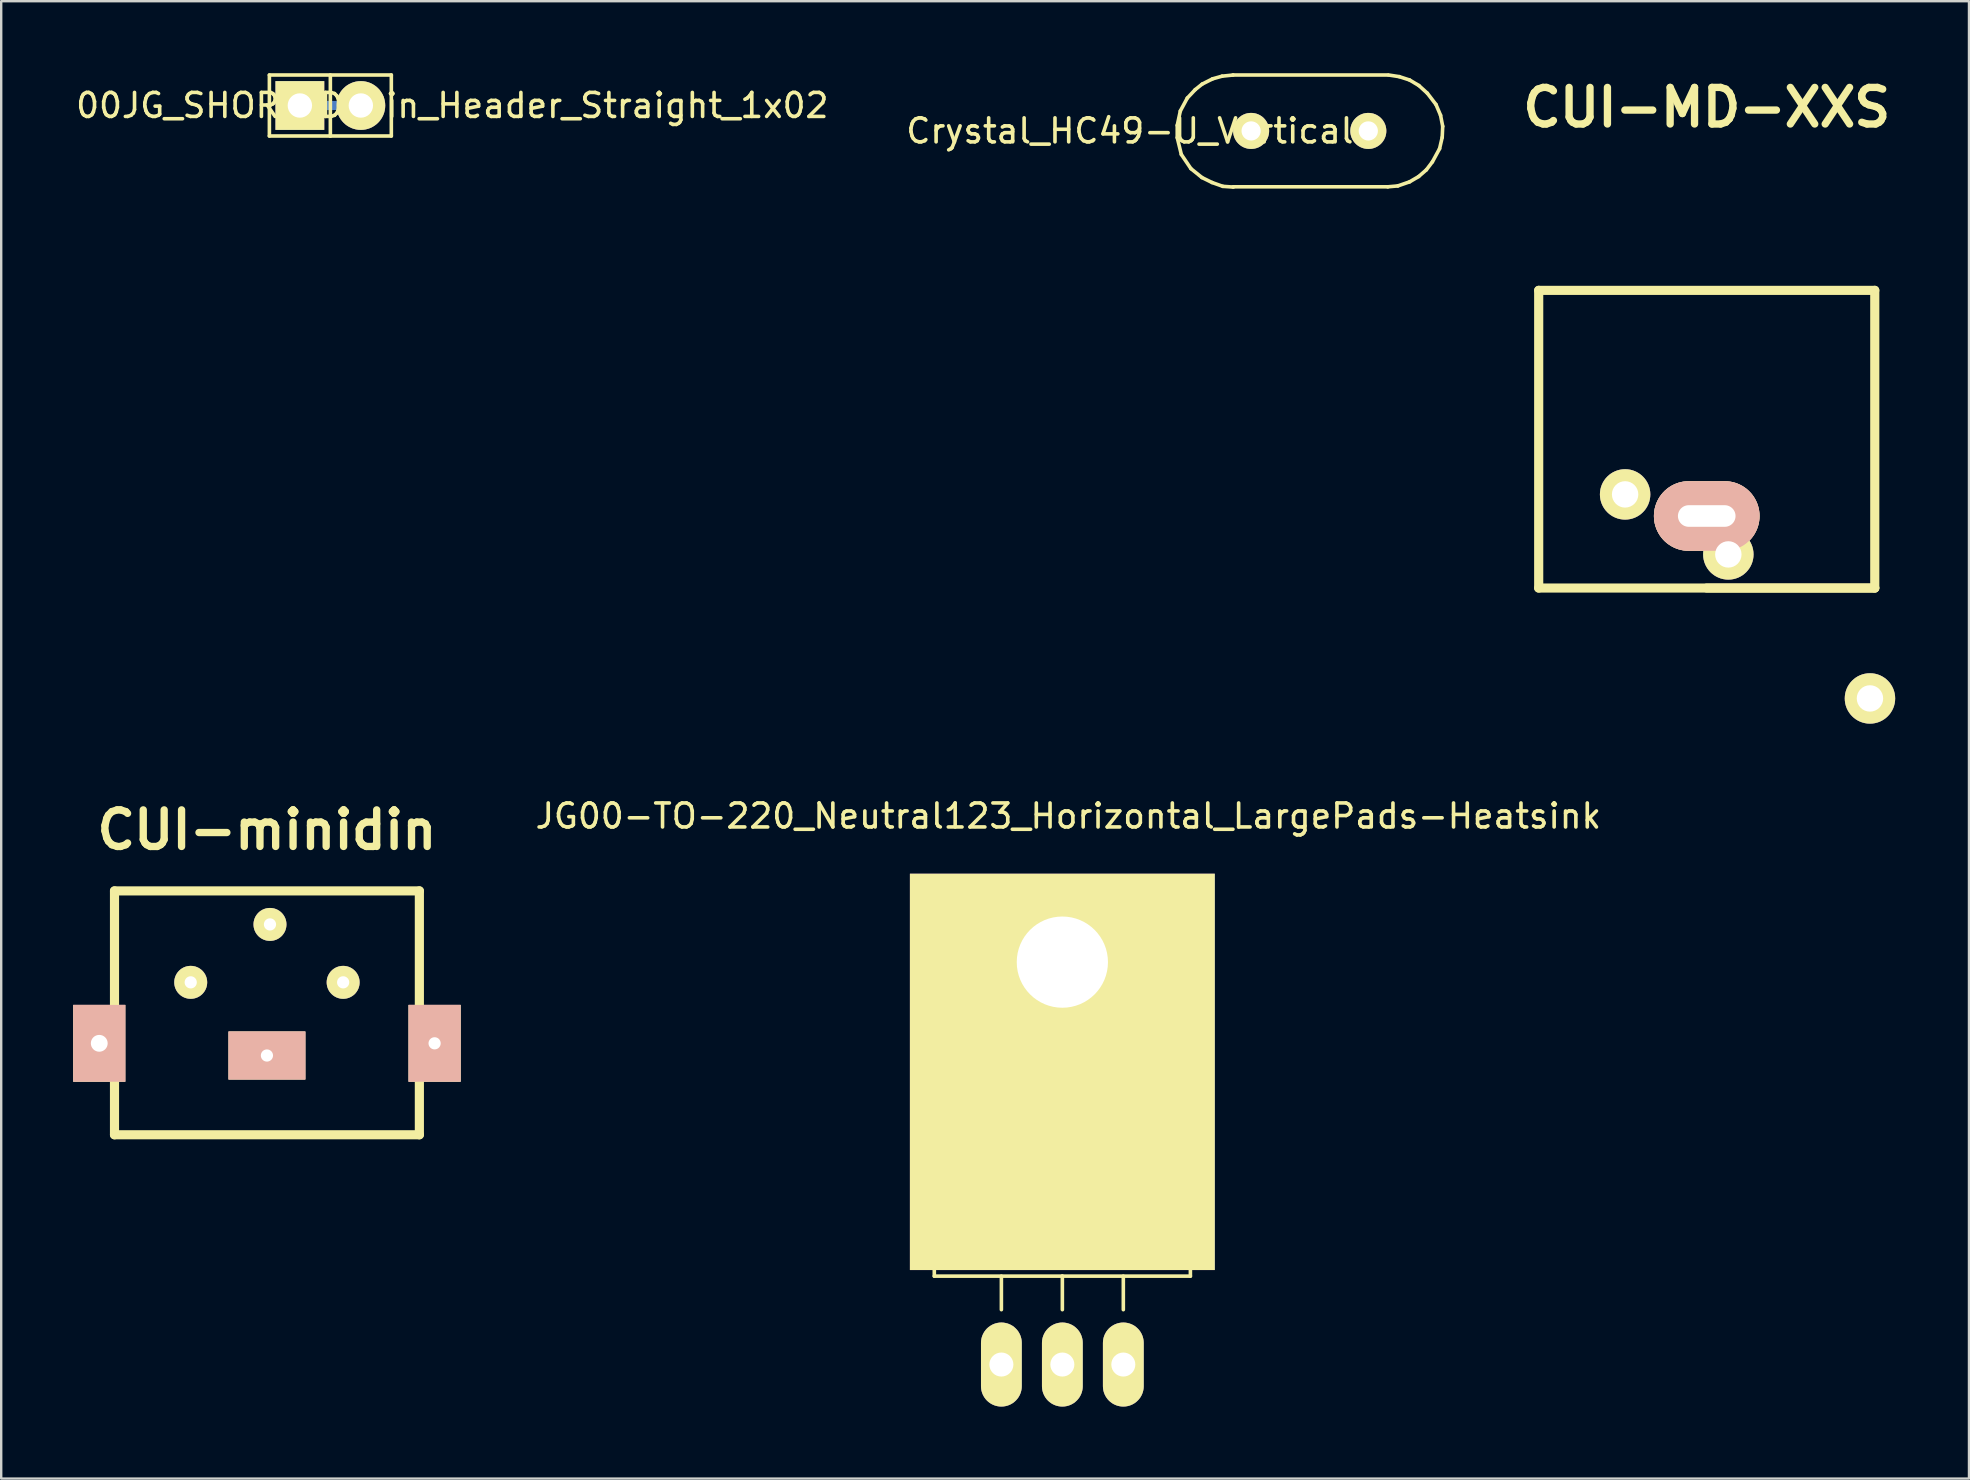
<source format=kicad_pcb>
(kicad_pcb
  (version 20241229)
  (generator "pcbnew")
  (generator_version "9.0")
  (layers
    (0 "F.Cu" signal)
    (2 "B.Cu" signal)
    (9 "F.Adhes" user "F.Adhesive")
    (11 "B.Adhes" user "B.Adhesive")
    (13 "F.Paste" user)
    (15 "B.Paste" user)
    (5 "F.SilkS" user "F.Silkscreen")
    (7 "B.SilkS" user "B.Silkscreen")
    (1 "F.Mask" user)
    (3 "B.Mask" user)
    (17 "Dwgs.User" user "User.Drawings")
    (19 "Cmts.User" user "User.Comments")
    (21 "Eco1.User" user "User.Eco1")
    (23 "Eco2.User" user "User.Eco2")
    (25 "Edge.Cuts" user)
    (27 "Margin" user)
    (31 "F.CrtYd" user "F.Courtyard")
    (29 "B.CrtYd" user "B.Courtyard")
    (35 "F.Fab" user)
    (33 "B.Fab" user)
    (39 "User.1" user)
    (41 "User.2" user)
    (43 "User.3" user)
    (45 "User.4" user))
  (footprint "JG00-TO-220_Neutral123_Horizontal_LargePads-Heatsink"
    (layer "F.Cu")
    (at 41.206 53.795)
    (property "Reference" "JG00-TO-220_Neutral123_Horizontal_LargePads-Heatsink" (at 0.249 -22.85 0) (layer "F.SilkS") (effects (font (size 1 1) (thickness 0.15))))
    (attr through_hole)
    (fp_line (start -5.334 -20.193) (end -5.334 -12.192) (stroke (width 0.15) (type solid)) (layer "F.SilkS"))
    (fp_line (start -5.334 -12.192) (end -5.334 -3.683) (stroke (width 0.15) (type solid)) (layer "F.SilkS"))
    (fp_line (start -2.54 -3.683) (end -2.54 -2.286) (stroke (width 0.15) (type solid)) (layer "F.SilkS"))
    (fp_line (start 0 -3.683) (end -5.334 -3.683) (stroke (width 0.15) (type solid)) (layer "F.SilkS"))
    (fp_line (start 0 -3.683) (end 0 -2.286) (stroke (width 0.15) (type solid)) (layer "F.SilkS"))
    (fp_line (start 0 -3.683) (end 5.334 -3.683) (stroke (width 0.15) (type solid)) (layer "F.SilkS"))
    (fp_line (start 2.54 -3.683) (end 2.54 -2.286) (stroke (width 0.15) (type solid)) (layer "F.SilkS"))
    (fp_line (start 5.334 -20.193) (end -5.334 -20.193) (stroke (width 0.15) (type solid)) (layer "F.SilkS"))
    (fp_line (start 5.334 -12.192) (end -5.334 -12.192) (stroke (width 0.15) (type solid)) (layer "F.SilkS"))
    (fp_line (start 5.334 -12.192) (end 5.334 -20.193) (stroke (width 0.15) (type solid)) (layer "F.SilkS"))
    (fp_line (start 5.334 -3.683) (end 5.334 -12.192) (stroke (width 0.15) (type solid)) (layer "F.SilkS"))
    (fp_circle (center 0 -16.764) (end 1.778 -14.986) (stroke (width 0.15) (type solid)) (fill no) (layer "F.SilkS"))
    (pad "1" thru_hole oval (at -2.54 0 90) (size 3.5 1.699) (drill 1.001) (layers "*.Cu" "*.Mask" "F.SilkS"))
    (pad "2" thru_hole rect (at 0 -16.764 90) (size 16.51 12.7) (drill 3.8 (offset -4.572 0)) (layers "*.Cu" "*.Mask" "F.SilkS"))
    (pad "2" thru_hole oval (at 0 0 90) (size 3.5 1.699) (drill 1.001) (layers "*.Cu" "*.Mask" "F.SilkS"))
    (pad "3" thru_hole oval (at 2.54 0 90) (size 3.5 1.699) (drill 1.001) (layers "*.Cu" "*.Mask" "F.SilkS")))
  (footprint "CUI-MD-XXS"
    (layer "F.Cu")
    (at 68.05 9.046)
    (property "Reference" "CUI-MD-XXS" (at 0 -7.62 0) (layer "F.SilkS") (effects (font (size 1.524 1.524) (thickness 0.305))))
    (attr through_hole)
    (fp_line (start -7 0) (end -7 12.4) (stroke (width 0.381) (type solid)) (layer "F.SilkS"))
    (fp_line (start -7 0) (end 7 0) (stroke (width 0.381) (type solid)) (layer "F.SilkS"))
    (fp_line (start 7 0) (end 7 12.4) (stroke (width 0.381) (type solid)) (layer "F.SilkS"))
    (fp_line (start 7 12.4) (end -7 12.4) (stroke (width 0.381) (type solid)) (layer "F.SilkS"))
    (fp_line (start 7 12.4) (end 0 12.4) (stroke (width 0.381) (type solid)) (layer "F.SilkS"))
    (pad "1" thru_hole circle (at -3.4 8.5) (size 2.1 2.1) (drill 1.1) (layers "*.Cu" "*.Mask" "F.SilkS"))
    (pad "2" thru_hole circle (at 6.8 17) (size 2.1 2.1) (drill 1.1) (layers "*.Cu" "*.Mask" "F.SilkS"))
    (pad "3" thru_hole circle (at 0.9 11) (size 2.1 2.1) (drill 1.1) (layers "*.Cu" "*.Mask" "F.SilkS"))
    (pad "GND" thru_hole oval (at 0 9.4) (size 4.4 2.9) (drill oval 2.4 0.9) (layers "*.Cu" "*.SilkS" "*.Mask")))
  (footprint "CUI-minidin"
    (layer "F.Cu")
    (at 8.07 39.143)
    (property "Reference" "CUI-minidin" (at 0 -7.62 0) (layer "F.SilkS") (effects (font (size 1.524 1.524) (thickness 0.305))))
    (attr through_hole)
    (fp_line (start -6.35 -5.08) (end 6.35 -5.08) (stroke (width 0.381) (type solid)) (layer "F.SilkS"))
    (fp_line (start -6.35 1.27) (end -6.35 -5.08) (stroke (width 0.381) (type solid)) (layer "F.SilkS"))
    (fp_line (start -6.35 5.08) (end -6.35 1.27) (stroke (width 0.381) (type solid)) (layer "F.SilkS"))
    (fp_line (start 6.35 -5.08) (end 6.35 5.08) (stroke (width 0.381) (type solid)) (layer "F.SilkS"))
    (fp_line (start 6.35 5.08) (end -6.35 5.08) (stroke (width 0.381) (type solid)) (layer "F.SilkS"))
    (pad "1" thru_hole circle (at 0.127 -3.683) (size 1.372 1.372) (drill 0.508) (layers "*.Cu" "*.Mask" "F.SilkS"))
    (pad "2" thru_hole circle (at 3.175 -1.27) (size 1.372 1.372) (drill 0.508) (layers "*.Cu" "*.Mask" "F.SilkS"))
    (pad "3" thru_hole circle (at -3.175 -1.27) (size 1.372 1.372) (drill 0.508) (layers "*.Cu" "*.Mask" "F.SilkS"))
    (pad "GND" thru_hole rect (at -6.985 1.27) (size 2.169 3.2) (drill 0.701) (layers "*.Cu" "*.SilkS" "*.Mask"))
    (pad "GND" thru_hole rect (at 0 1.778) (size 3.2 1.999) (drill 0.508) (layers "*.Cu" "*.SilkS" "*.Mask"))
    (pad "GND" thru_hole rect (at 6.985 1.27) (size 2.169 3.2) (drill 0.508) (layers "*.Cu" "*.SilkS" "*.Mask")))
  (footprint "00JG_SHORTED_Pin_Header_Straight_1x02"
    (layer "F.Cu")
    (at 10.712 1.345)
    (property "Reference" "00JG_SHORTED_Pin_Header_Straight_1x02" (at 5.08 0 0) (layer "F.SilkS") (effects (font (size 1 1) (thickness 0.15))))
    (attr through_hole)
    (fp_line (start -1.27 0) (end 1.27 0) (stroke (width 0.381) (type solid)) (layer "B.Cu"))
    (fp_line (start -2.54 -1.27) (end -2.54 1.27) (stroke (width 0.15) (type solid)) (layer "F.SilkS"))
    (fp_line (start -2.54 1.27) (end 0 1.27) (stroke (width 0.15) (type solid)) (layer "F.SilkS"))
    (fp_line (start 0 -1.27) (end 0 1.27) (stroke (width 0.15) (type solid)) (layer "F.SilkS"))
    (fp_line (start 0 1.27) (end 2.54 1.27) (stroke (width 0.15) (type solid)) (layer "F.SilkS"))
    (fp_line (start 2.54 -1.27) (end -2.54 -1.27) (stroke (width 0.15) (type solid)) (layer "F.SilkS"))
    (fp_line (start 2.54 1.27) (end 2.54 -1.27) (stroke (width 0.15) (type solid)) (layer "F.SilkS"))
    (pad "1" thru_hole rect (at -1.27 0) (size 2.032 2.032) (drill 1.016) (layers "*.Cu" "*.Mask" "F.SilkS"))
    (pad "2" thru_hole oval (at 1.27 0) (size 2.032 2.032) (drill 1.016) (layers "*.Cu" "*.Mask" "F.SilkS")))
  (footprint "Crystal_HC49-U_Vertical"
    (layer "F.Cu")
    (at 51.511 2.404)
    (property "Reference" "Crystal_HC49-U_Vertical" (at -7.493 0 0) (layer "F.SilkS") (effects (font (size 1 1) (thickness 0.15))))
    (attr through_hole)
    (fp_line (start -5.519 -0.231) (end -5.519 0.279) (stroke (width 0.15) (type solid)) (layer "F.SilkS"))
    (fp_line (start -5.519 0.279) (end -5.349 0.98) (stroke (width 0.15) (type solid)) (layer "F.SilkS"))
    (fp_line (start -5.39 -0.831) (end -5.519 -0.231) (stroke (width 0.15) (type solid)) (layer "F.SilkS"))
    (fp_line (start -5.349 0.98) (end -4.95 1.57) (stroke (width 0.15) (type solid)) (layer "F.SilkS"))
    (fp_line (start -5.1 -1.369) (end -5.39 -0.831) (stroke (width 0.15) (type solid)) (layer "F.SilkS"))
    (fp_line (start -4.95 1.57) (end -4.491 1.941) (stroke (width 0.15) (type solid)) (layer "F.SilkS"))
    (fp_line (start -4.77 -1.72) (end -5.1 -1.369) (stroke (width 0.15) (type solid)) (layer "F.SilkS"))
    (fp_line (start -4.491 1.941) (end -4.069 2.149) (stroke (width 0.15) (type solid)) (layer "F.SilkS"))
    (fp_line (start -4.481 -1.951) (end -4.77 -1.72) (stroke (width 0.15) (type solid)) (layer "F.SilkS"))
    (fp_line (start -4.069 2.149) (end -3.619 2.309) (stroke (width 0.15) (type solid)) (layer "F.SilkS"))
    (fp_line (start -4.049 -2.169) (end -4.481 -1.951) (stroke (width 0.15) (type solid)) (layer "F.SilkS"))
    (fp_line (start -3.65 -2.281) (end -4.049 -2.169) (stroke (width 0.15) (type solid)) (layer "F.SilkS"))
    (fp_line (start -3.619 2.309) (end -3.18 2.339) (stroke (width 0.15) (type solid)) (layer "F.SilkS"))
    (fp_line (start -3.2 -2.329) (end 3.251 -2.329) (stroke (width 0.15) (type solid)) (layer "F.SilkS"))
    (fp_line (start -3.2 2.329) (end 3.251 2.329) (stroke (width 0.15) (type solid)) (layer "F.SilkS"))
    (fp_line (start -3.19 -2.329) (end -3.65 -2.281) (stroke (width 0.15) (type solid)) (layer "F.SilkS"))
    (fp_line (start 3.251 2.329) (end 3.67 2.291) (stroke (width 0.15) (type solid)) (layer "F.SilkS"))
    (fp_line (start 3.67 2.291) (end 4.161 2.121) (stroke (width 0.15) (type solid)) (layer "F.SilkS"))
    (fp_line (start 3.731 -2.261) (end 3.289 -2.329) (stroke (width 0.15) (type solid)) (layer "F.SilkS"))
    (fp_line (start 4.161 -2.121) (end 3.731 -2.261) (stroke (width 0.15) (type solid)) (layer "F.SilkS"))
    (fp_line (start 4.161 2.121) (end 4.539 1.9) (stroke (width 0.15) (type solid)) (layer "F.SilkS"))
    (fp_line (start 4.539 1.9) (end 4.859 1.621) (stroke (width 0.15) (type solid)) (layer "F.SilkS"))
    (fp_line (start 4.549 -1.89) (end 4.161 -2.121) (stroke (width 0.15) (type solid)) (layer "F.SilkS"))
    (fp_line (start 4.859 1.621) (end 5.11 1.29) (stroke (width 0.15) (type solid)) (layer "F.SilkS"))
    (fp_line (start 4.9 -1.57) (end 4.549 -1.89) (stroke (width 0.15) (type solid)) (layer "F.SilkS"))
    (fp_line (start 5.11 1.29) (end 5.41 0.739) (stroke (width 0.15) (type solid)) (layer "F.SilkS"))
    (fp_line (start 5.26 -1.1) (end 4.9 -1.57) (stroke (width 0.15) (type solid)) (layer "F.SilkS"))
    (fp_line (start 5.41 0.739) (end 5.519 0.269) (stroke (width 0.15) (type solid)) (layer "F.SilkS"))
    (fp_line (start 5.451 -0.65) (end 5.26 -1.1) (stroke (width 0.15) (type solid)) (layer "F.SilkS"))
    (fp_line (start 5.519 0.269) (end 5.54 -0.191) (stroke (width 0.15) (type solid)) (layer "F.SilkS"))
    (fp_line (start 5.54 -0.191) (end 5.451 -0.65) (stroke (width 0.15) (type solid)) (layer "F.SilkS"))
    (pad "1" thru_hole circle (at -2.441 0) (size 1.501 1.501) (drill 0.8) (layers "*.Cu" "*.Mask" "F.SilkS"))
    (pad "2" thru_hole circle (at 2.441 0) (size 1.501 1.501) (drill 0.8) (layers "*.Cu" "*.Mask" "F.SilkS")))
  (gr_rect
    (start -3 -3)
    (end 78.975 58.545)
    (stroke (width 0.1) (type default))
    (fill no)
    (layer "Edge.Cuts")))
</source>
